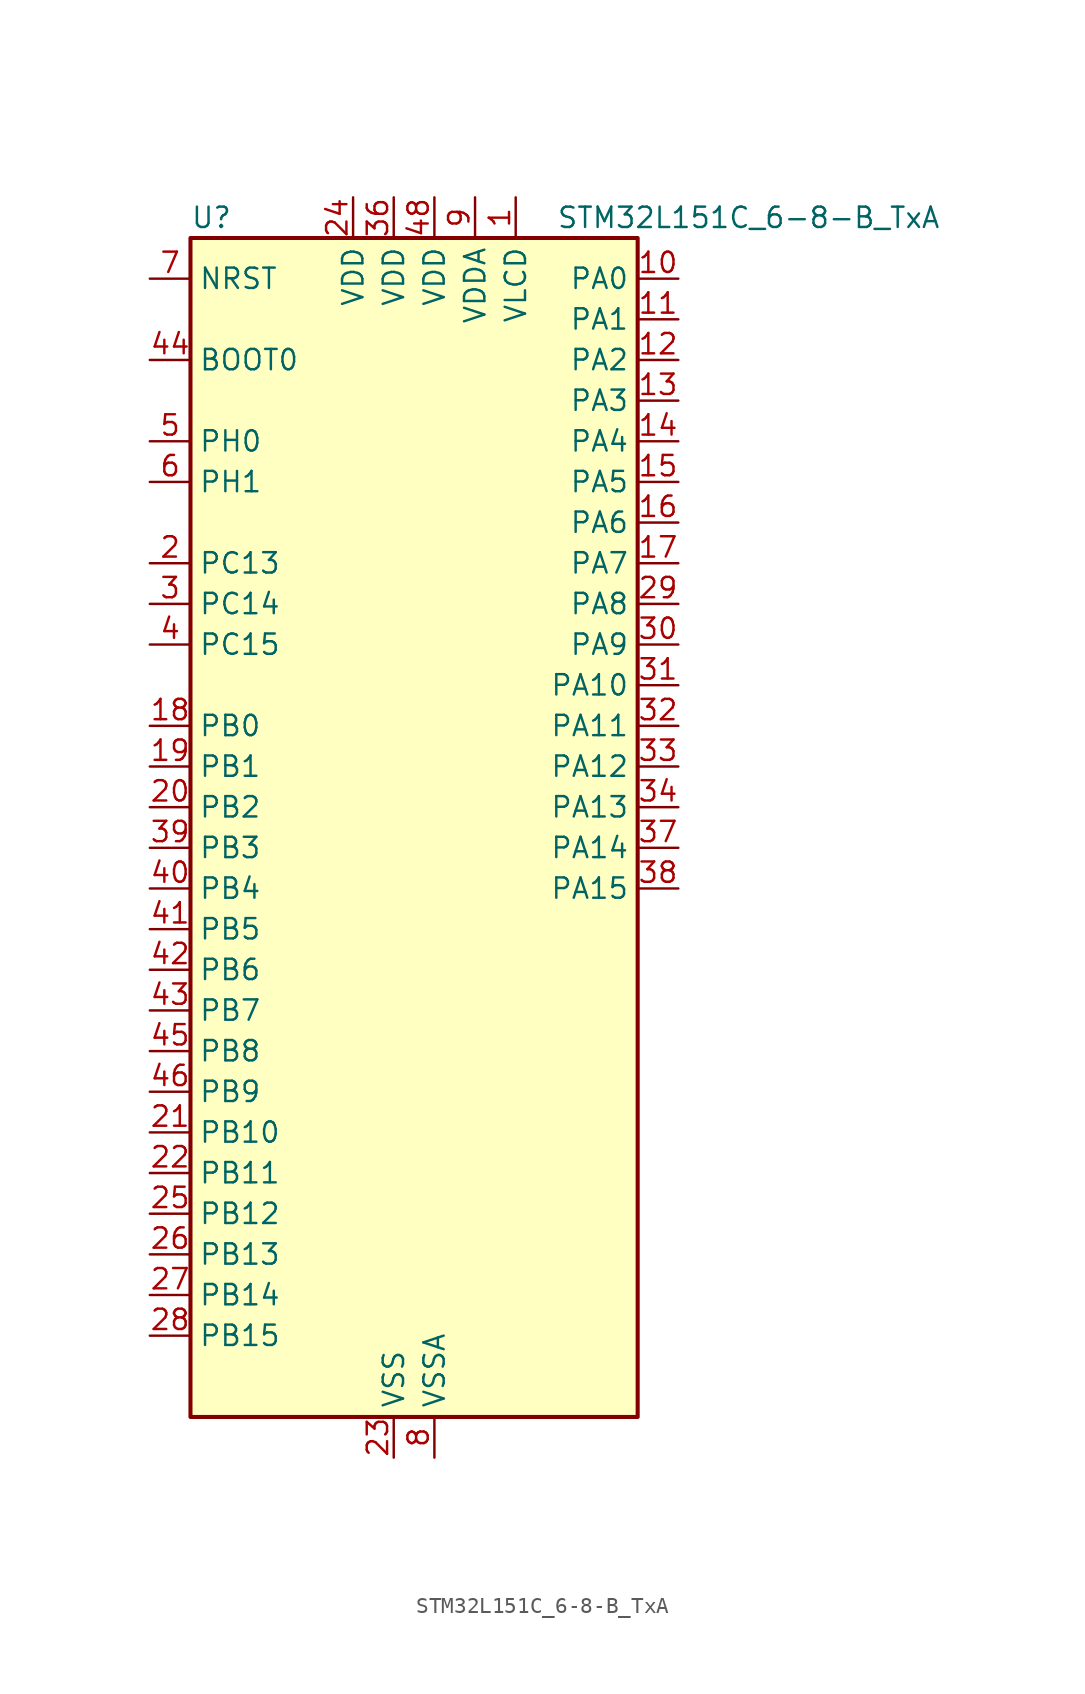
<source format=kicad_sym>
(kicad_symbol_lib
  (version 20220914)
  (generator kicad_symbol_editor)
  (symbol "STM32L151C_6-8-B_TxA"
    (property "Reference" "U"
      (at -12.7 39.37 0)
      (effects (font (size 1.27 1.27)) (justify left)))
    (property "Value" "STM32L151C_6-8-B_TxA"
      (at 10.16 39.37 0)
      (effects (font (size 1.27 1.27)) (justify left)))
    (property "ki_locked" ""
      (at 0 0 0)
      (effects (font (size 1.27 1.27))))
    (symbol "STM32L151C_6-8-B_TxA_0_1"
      (rectangle (start -12.7 -35.56) (end 15.24 38.1) (stroke (width 0.254) (type default)) (fill (type background))))
    (symbol "STM32L151C_6-8-B_TxA_1_1"
      (pin power_in line (at 7.62 40.64 270) (length 2.54) (name "VLCD" (effects (font (size 1.27 1.27)))) (number "1" (effects (font (size 1.27 1.27)))))
      (pin bidirectional line (at 17.78 35.56 180) (length 2.54) (name "PA0" (effects (font (size 1.27 1.27)))) (number "10" (effects (font (size 1.27 1.27)))) (alternate "ADC_IN0" bidirectional line) (alternate "COMP1_INP" bidirectional line) (alternate "RTC_TAMP2" bidirectional line) (alternate "SYS_WKUP1" bidirectional line) (alternate "TIM2_CH1" bidirectional line) (alternate "TIM2_ETR" bidirectional line) (alternate "TIMX_IC1" bidirectional line) (alternate "TS_G1_IO1" bidirectional line) (alternate "USART2_CTS" bidirectional line))
      (pin bidirectional line (at 17.78 33.02 180) (length 2.54) (name "PA1" (effects (font (size 1.27 1.27)))) (number "11" (effects (font (size 1.27 1.27)))) (alternate "ADC_IN1" bidirectional line) (alternate "COMP1_INP" bidirectional line) (alternate "TIM2_CH2" bidirectional line) (alternate "TIMX_IC2" bidirectional line) (alternate "TS_G1_IO2" bidirectional line) (alternate "USART2_RTS" bidirectional line))
      (pin bidirectional line (at 17.78 30.48 180) (length 2.54) (name "PA2" (effects (font (size 1.27 1.27)))) (number "12" (effects (font (size 1.27 1.27)))) (alternate "ADC_IN2" bidirectional line) (alternate "COMP1_INP" bidirectional line) (alternate "TIM2_CH3" bidirectional line) (alternate "TIM9_CH1" bidirectional line) (alternate "TIMX_IC3" bidirectional line) (alternate "TS_G1_IO3" bidirectional line) (alternate "USART2_TX" bidirectional line))
      (pin bidirectional line (at 17.78 27.94 180) (length 2.54) (name "PA3" (effects (font (size 1.27 1.27)))) (number "13" (effects (font (size 1.27 1.27)))) (alternate "ADC_IN3" bidirectional line) (alternate "COMP1_INP" bidirectional line) (alternate "TIM2_CH4" bidirectional line) (alternate "TIM9_CH2" bidirectional line) (alternate "TIMX_IC4" bidirectional line) (alternate "TS_G1_IO4" bidirectional line) (alternate "USART2_RX" bidirectional line))
      (pin bidirectional line (at 17.78 25.4 180) (length 2.54) (name "PA4" (effects (font (size 1.27 1.27)))) (number "14" (effects (font (size 1.27 1.27)))) (alternate "ADC_IN4" bidirectional line) (alternate "COMP1_INP" bidirectional line) (alternate "DAC_OUT1" bidirectional line) (alternate "SPI1_NSS" bidirectional line) (alternate "TIMX_IC1" bidirectional line) (alternate "USART2_CK" bidirectional line))
      (pin bidirectional line (at 17.78 22.86 180) (length 2.54) (name "PA5" (effects (font (size 1.27 1.27)))) (number "15" (effects (font (size 1.27 1.27)))) (alternate "ADC_IN5" bidirectional line) (alternate "COMP1_INP" bidirectional line) (alternate "DAC_OUT2" bidirectional line) (alternate "SPI1_SCK" bidirectional line) (alternate "TIM2_CH1" bidirectional line) (alternate "TIM2_ETR" bidirectional line) (alternate "TIMX_IC2" bidirectional line))
      (pin bidirectional line (at 17.78 20.32 180) (length 2.54) (name "PA6" (effects (font (size 1.27 1.27)))) (number "16" (effects (font (size 1.27 1.27)))) (alternate "ADC_IN6" bidirectional line) (alternate "COMP1_INP" bidirectional line) (alternate "SPI1_MISO" bidirectional line) (alternate "TIM10_CH1" bidirectional line) (alternate "TIM3_CH1" bidirectional line) (alternate "TIMX_IC3" bidirectional line) (alternate "TS_G2_IO1" bidirectional line))
      (pin bidirectional line (at 17.78 17.78 180) (length 2.54) (name "PA7" (effects (font (size 1.27 1.27)))) (number "17" (effects (font (size 1.27 1.27)))) (alternate "ADC_IN7" bidirectional line) (alternate "COMP1_INP" bidirectional line) (alternate "SPI1_MOSI" bidirectional line) (alternate "TIM11_CH1" bidirectional line) (alternate "TIM3_CH2" bidirectional line) (alternate "TIMX_IC4" bidirectional line) (alternate "TS_G2_IO2" bidirectional line))
      (pin bidirectional line (at -15.24 7.62 0) (length 2.54) (name "PB0" (effects (font (size 1.27 1.27)))) (number "18" (effects (font (size 1.27 1.27)))) (alternate "ADC_IN8" bidirectional line) (alternate "COMP1_INP" bidirectional line) (alternate "SYS_V_REF_OUT" bidirectional line) (alternate "TIM3_CH3" bidirectional line) (alternate "TS_G3_IO1" bidirectional line))
      (pin bidirectional line (at -15.24 5.08 0) (length 2.54) (name "PB1" (effects (font (size 1.27 1.27)))) (number "19" (effects (font (size 1.27 1.27)))) (alternate "ADC_IN9" bidirectional line) (alternate "COMP1_INP" bidirectional line) (alternate "SYS_V_REF_OUT" bidirectional line) (alternate "TIM3_CH4" bidirectional line) (alternate "TS_G3_IO2" bidirectional line))
      (pin bidirectional line (at -15.24 17.78 0) (length 2.54) (name "PC13" (effects (font (size 1.27 1.27)))) (number "2" (effects (font (size 1.27 1.27)))) (alternate "RTC_OUT_ALARM" bidirectional line) (alternate "RTC_OUT_CALIB" bidirectional line) (alternate "RTC_TAMP1" bidirectional line) (alternate "RTC_TS" bidirectional line) (alternate "SYS_WKUP2" bidirectional line) (alternate "TIMX_IC2" bidirectional line))
      (pin bidirectional line (at -15.24 2.54 0) (length 2.54) (name "PB2" (effects (font (size 1.27 1.27)))) (number "20" (effects (font (size 1.27 1.27)))) (alternate "TS_G3_IO3" bidirectional line))
      (pin bidirectional line (at -15.24 -17.78 0) (length 2.54) (name "PB10" (effects (font (size 1.27 1.27)))) (number "21" (effects (font (size 1.27 1.27)))) (alternate "I2C2_SCL" bidirectional line) (alternate "TIM2_CH3" bidirectional line) (alternate "USART3_TX" bidirectional line))
      (pin bidirectional line (at -15.24 -20.32 0) (length 2.54) (name "PB11" (effects (font (size 1.27 1.27)))) (number "22" (effects (font (size 1.27 1.27)))) (alternate "ADC_EXTI11" bidirectional line) (alternate "I2C2_SDA" bidirectional line) (alternate "TIM2_CH4" bidirectional line) (alternate "USART3_RX" bidirectional line))
      (pin power_in line (at 0 -38.1 90) (length 2.54) (name "VSS" (effects (font (size 1.27 1.27)))) (number "23" (effects (font (size 1.27 1.27)))))
      (pin power_in line (at -2.54 40.64 270) (length 2.54) (name "VDD" (effects (font (size 1.27 1.27)))) (number "24" (effects (font (size 1.27 1.27)))))
      (pin bidirectional line (at -15.24 -22.86 0) (length 2.54) (name "PB12" (effects (font (size 1.27 1.27)))) (number "25" (effects (font (size 1.27 1.27)))) (alternate "ADC_IN18" bidirectional line) (alternate "COMP1_INP" bidirectional line) (alternate "I2C2_SMBA" bidirectional line) (alternate "SPI2_NSS" bidirectional line) (alternate "TIM10_CH1" bidirectional line) (alternate "TS_G7_IO1" bidirectional line) (alternate "USART3_CK" bidirectional line))
      (pin bidirectional line (at -15.24 -25.4 0) (length 2.54) (name "PB13" (effects (font (size 1.27 1.27)))) (number "26" (effects (font (size 1.27 1.27)))) (alternate "ADC_IN19" bidirectional line) (alternate "COMP1_INP" bidirectional line) (alternate "SPI2_SCK" bidirectional line) (alternate "TIM9_CH1" bidirectional line) (alternate "TS_G7_IO2" bidirectional line) (alternate "USART3_CTS" bidirectional line))
      (pin bidirectional line (at -15.24 -27.94 0) (length 2.54) (name "PB14" (effects (font (size 1.27 1.27)))) (number "27" (effects (font (size 1.27 1.27)))) (alternate "ADC_IN20" bidirectional line) (alternate "COMP1_INP" bidirectional line) (alternate "SPI2_MISO" bidirectional line) (alternate "TIM9_CH2" bidirectional line) (alternate "TS_G7_IO3" bidirectional line) (alternate "USART3_RTS" bidirectional line))
      (pin bidirectional line (at -15.24 -30.48 0) (length 2.54) (name "PB15" (effects (font (size 1.27 1.27)))) (number "28" (effects (font (size 1.27 1.27)))) (alternate "ADC_EXTI15" bidirectional line) (alternate "ADC_IN21" bidirectional line) (alternate "COMP1_INP" bidirectional line) (alternate "RTC_REFIN" bidirectional line) (alternate "SPI2_MOSI" bidirectional line) (alternate "TIM11_CH1" bidirectional line) (alternate "TS_G7_IO4" bidirectional line))
      (pin bidirectional line (at 17.78 15.24 180) (length 2.54) (name "PA8" (effects (font (size 1.27 1.27)))) (number "29" (effects (font (size 1.27 1.27)))) (alternate "RCC_MCO" bidirectional line) (alternate "TIMX_IC1" bidirectional line) (alternate "TS_G4_IO1" bidirectional line) (alternate "USART1_CK" bidirectional line))
      (pin bidirectional line (at -15.24 15.24 0) (length 2.54) (name "PC14" (effects (font (size 1.27 1.27)))) (number "3" (effects (font (size 1.27 1.27)))) (alternate "RCC_OSC32_IN" bidirectional line) (alternate "TIMX_IC3" bidirectional line))
      (pin bidirectional line (at 17.78 12.7 180) (length 2.54) (name "PA9" (effects (font (size 1.27 1.27)))) (number "30" (effects (font (size 1.27 1.27)))) (alternate "DAC_EXTI9" bidirectional line) (alternate "TIMX_IC2" bidirectional line) (alternate "TS_G4_IO2" bidirectional line) (alternate "USART1_TX" bidirectional line))
      (pin bidirectional line (at 17.78 10.16 180) (length 2.54) (name "PA10" (effects (font (size 1.27 1.27)))) (number "31" (effects (font (size 1.27 1.27)))) (alternate "TIMX_IC3" bidirectional line) (alternate "TS_G4_IO3" bidirectional line) (alternate "USART1_RX" bidirectional line))
      (pin bidirectional line (at 17.78 7.62 180) (length 2.54) (name "PA11" (effects (font (size 1.27 1.27)))) (number "32" (effects (font (size 1.27 1.27)))) (alternate "ADC_EXTI11" bidirectional line) (alternate "SPI1_MISO" bidirectional line) (alternate "TIMX_IC4" bidirectional line) (alternate "USART1_CTS" bidirectional line) (alternate "USB_DM" bidirectional line))
      (pin bidirectional line (at 17.78 5.08 180) (length 2.54) (name "PA12" (effects (font (size 1.27 1.27)))) (number "33" (effects (font (size 1.27 1.27)))) (alternate "SPI1_MOSI" bidirectional line) (alternate "TIMX_IC1" bidirectional line) (alternate "USART1_RTS" bidirectional line) (alternate "USB_DP" bidirectional line))
      (pin bidirectional line (at 17.78 2.54 180) (length 2.54) (name "PA13" (effects (font (size 1.27 1.27)))) (number "34" (effects (font (size 1.27 1.27)))) (alternate "SYS_JTMS-SWDIO" bidirectional line) (alternate "TIMX_IC2" bidirectional line) (alternate "TS_G5_IO1" bidirectional line))
      (pin passive line (at 0 -38.1 90) (length 2.54) hide (name "VSS" (effects (font (size 1.27 1.27)))) (number "35" (effects (font (size 1.27 1.27)))))
      (pin power_in line (at 0 40.64 270) (length 2.54) (name "VDD" (effects (font (size 1.27 1.27)))) (number "36" (effects (font (size 1.27 1.27)))))
      (pin bidirectional line (at 17.78 0 180) (length 2.54) (name "PA14" (effects (font (size 1.27 1.27)))) (number "37" (effects (font (size 1.27 1.27)))) (alternate "SYS_JTCK-SWCLK" bidirectional line) (alternate "TIMX_IC3" bidirectional line) (alternate "TS_G5_IO2" bidirectional line))
      (pin bidirectional line (at 17.78 -2.54 180) (length 2.54) (name "PA15" (effects (font (size 1.27 1.27)))) (number "38" (effects (font (size 1.27 1.27)))) (alternate "ADC_EXTI15" bidirectional line) (alternate "SPI1_NSS" bidirectional line) (alternate "SYS_JTDI" bidirectional line) (alternate "TIM2_CH1" bidirectional line) (alternate "TIM2_ETR" bidirectional line) (alternate "TIMX_IC4" bidirectional line) (alternate "TS_G5_IO3" bidirectional line))
      (pin bidirectional line (at -15.24 0 0) (length 2.54) (name "PB3" (effects (font (size 1.27 1.27)))) (number "39" (effects (font (size 1.27 1.27)))) (alternate "COMP2_INM" bidirectional line) (alternate "SPI1_SCK" bidirectional line) (alternate "SYS_JTDO-TRACESWO" bidirectional line) (alternate "TIM2_CH2" bidirectional line))
      (pin bidirectional line (at -15.24 12.7 0) (length 2.54) (name "PC15" (effects (font (size 1.27 1.27)))) (number "4" (effects (font (size 1.27 1.27)))) (alternate "ADC_EXTI15" bidirectional line) (alternate "RCC_OSC32_OUT" bidirectional line) (alternate "TIMX_IC4" bidirectional line))
      (pin bidirectional line (at -15.24 -2.54 0) (length 2.54) (name "PB4" (effects (font (size 1.27 1.27)))) (number "40" (effects (font (size 1.27 1.27)))) (alternate "COMP2_INP" bidirectional line) (alternate "SPI1_MISO" bidirectional line) (alternate "SYS_JTRST" bidirectional line) (alternate "TIM3_CH1" bidirectional line) (alternate "TS_G6_IO1" bidirectional line))
      (pin bidirectional line (at -15.24 -5.08 0) (length 2.54) (name "PB5" (effects (font (size 1.27 1.27)))) (number "41" (effects (font (size 1.27 1.27)))) (alternate "COMP2_INP" bidirectional line) (alternate "I2C1_SMBA" bidirectional line) (alternate "SPI1_MOSI" bidirectional line) (alternate "TIM3_CH2" bidirectional line) (alternate "TS_G6_IO2" bidirectional line))
      (pin bidirectional line (at -15.24 -7.62 0) (length 2.54) (name "PB6" (effects (font (size 1.27 1.27)))) (number "42" (effects (font (size 1.27 1.27)))) (alternate "I2C1_SCL" bidirectional line) (alternate "TIM4_CH1" bidirectional line) (alternate "TS_G6_IO3" bidirectional line) (alternate "USART1_TX" bidirectional line))
      (pin bidirectional line (at -15.24 -10.16 0) (length 2.54) (name "PB7" (effects (font (size 1.27 1.27)))) (number "43" (effects (font (size 1.27 1.27)))) (alternate "I2C1_SDA" bidirectional line) (alternate "SYS_PVD_IN" bidirectional line) (alternate "TIM4_CH2" bidirectional line) (alternate "TS_G6_IO4" bidirectional line) (alternate "USART1_RX" bidirectional line))
      (pin input line (at -15.24 30.48 0) (length 2.54) (name "BOOT0" (effects (font (size 1.27 1.27)))) (number "44" (effects (font (size 1.27 1.27)))))
      (pin bidirectional line (at -15.24 -12.7 0) (length 2.54) (name "PB8" (effects (font (size 1.27 1.27)))) (number "45" (effects (font (size 1.27 1.27)))) (alternate "I2C1_SCL" bidirectional line) (alternate "TIM10_CH1" bidirectional line) (alternate "TIM4_CH3" bidirectional line))
      (pin bidirectional line (at -15.24 -15.24 0) (length 2.54) (name "PB9" (effects (font (size 1.27 1.27)))) (number "46" (effects (font (size 1.27 1.27)))) (alternate "DAC_EXTI9" bidirectional line) (alternate "I2C1_SDA" bidirectional line) (alternate "TIM11_CH1" bidirectional line) (alternate "TIM4_CH4" bidirectional line))
      (pin passive line (at 0 -38.1 90) (length 2.54) hide (name "VSS" (effects (font (size 1.27 1.27)))) (number "47" (effects (font (size 1.27 1.27)))))
      (pin power_in line (at 2.54 40.64 270) (length 2.54) (name "VDD" (effects (font (size 1.27 1.27)))) (number "48" (effects (font (size 1.27 1.27)))))
      (pin bidirectional line (at -15.24 25.4 0) (length 2.54) (name "PH0" (effects (font (size 1.27 1.27)))) (number "5" (effects (font (size 1.27 1.27)))) (alternate "RCC_OSC_IN" bidirectional line))
      (pin bidirectional line (at -15.24 22.86 0) (length 2.54) (name "PH1" (effects (font (size 1.27 1.27)))) (number "6" (effects (font (size 1.27 1.27)))) (alternate "RCC_OSC_OUT" bidirectional line))
      (pin input line (at -15.24 35.56 0) (length 2.54) (name "NRST" (effects (font (size 1.27 1.27)))) (number "7" (effects (font (size 1.27 1.27)))))
      (pin power_in line (at 2.54 -38.1 90) (length 2.54) (name "VSSA" (effects (font (size 1.27 1.27)))) (number "8" (effects (font (size 1.27 1.27)))))
      (pin power_in line (at 5.08 40.64 270) (length 2.54) (name "VDDA" (effects (font (size 1.27 1.27)))) (number "9" (effects (font (size 1.27 1.27))))))))
</source>
